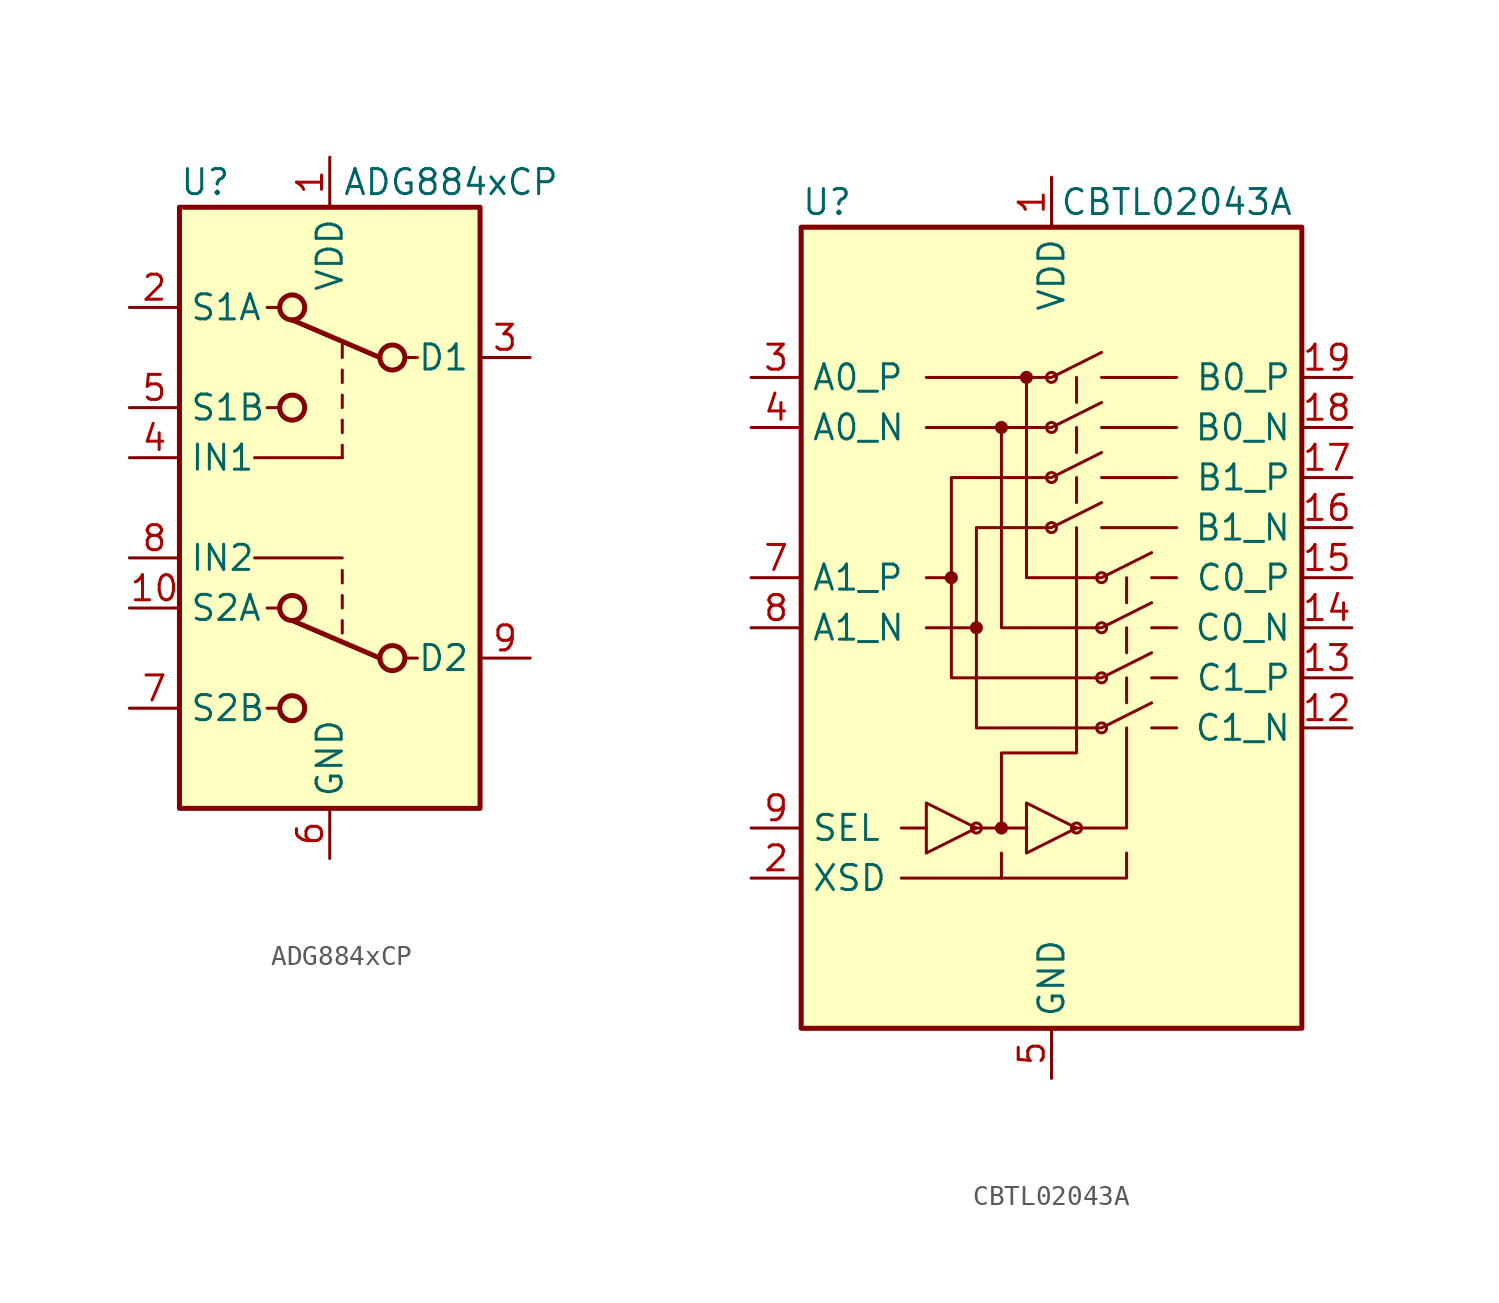
<source format=kicad_sym>
(kicad_symbol_lib
  (version 20220914)
  (generator kicad_symbol_editor)
  (symbol "ADG884xCP"
    (property "Reference" "U"
      (at -7.62 16.51 0)
      (effects (font (size 1.27 1.27)) (justify left)))
    (property "Value" "ADG884xCP"
      (at 0.635 16.51 0)
      (effects (font (size 1.27 1.27)) (justify left)))
    (symbol "ADG884xCP_0_1"
      (rectangle (start -7.62 15.24) (end 7.62 -15.24) (stroke (width 0.254) (type default)) (fill (type background)))
      (circle (center -1.905 -10.16) (radius 0.635) (stroke (width 0.254) (type default)) (fill (type none)))
      (circle (center -1.905 -5.08) (radius 0.635) (stroke (width 0.254) (type default)) (fill (type none)))
      (circle (center -1.905 5.08) (radius 0.635) (stroke (width 0.254) (type default)) (fill (type none)))
      (circle (center -1.905 10.16) (radius 0.635) (stroke (width 0.254) (type default)) (fill (type none)))
      (polyline (pts (xy -3.81 -2.54) (xy 0.635 -2.54)) (stroke (width 0) (type default)) (fill (type none)))
      (polyline (pts (xy -3.81 2.54) (xy 0.635 2.54)) (stroke (width 0) (type default)) (fill (type none)))
      (polyline (pts (xy -3.175 -10.16) (xy -2.54 -10.16)) (stroke (width 0) (type default)) (fill (type none)))
      (polyline (pts (xy -3.175 -5.08) (xy -2.54 -5.08)) (stroke (width 0) (type default)) (fill (type none)))
      (polyline (pts (xy -3.175 5.08) (xy -2.54 5.08)) (stroke (width 0) (type default)) (fill (type none)))
      (polyline (pts (xy -3.175 10.16) (xy -2.54 10.16)) (stroke (width 0) (type default)) (fill (type none)))
      (polyline (pts (xy -1.905 9.525) (xy 2.54 7.62)) (stroke (width 0.254) (type default)) (fill (type none)))
      (polyline (pts (xy 0.635 -5.715) (xy 0.635 -6.35)) (stroke (width 0) (type default)) (fill (type none)))
      (polyline (pts (xy 0.635 -4.445) (xy 0.635 -5.08)) (stroke (width 0) (type default)) (fill (type none)))
      (polyline (pts (xy 0.635 -3.175) (xy 0.635 -3.81)) (stroke (width 0) (type default)) (fill (type none)))
      (polyline (pts (xy 0.635 3.175) (xy 0.635 2.54)) (stroke (width 0) (type default)) (fill (type none)))
      (polyline (pts (xy 0.635 4.445) (xy 0.635 3.81)) (stroke (width 0) (type default)) (fill (type none)))
      (polyline (pts (xy 0.635 5.715) (xy 0.635 5.08)) (stroke (width 0) (type default)) (fill (type none)))
      (polyline (pts (xy 0.635 6.985) (xy 0.635 6.35)) (stroke (width 0) (type default)) (fill (type none)))
      (polyline (pts (xy 0.635 8.255) (xy 0.635 7.62)) (stroke (width 0) (type default)) (fill (type none)))
      (polyline (pts (xy 2.54 -7.62) (xy -1.905 -5.715)) (stroke (width 0.254) (type default)) (fill (type none)))
      (polyline (pts (xy 4.445 -7.62) (xy 3.81 -7.62)) (stroke (width 0) (type default)) (fill (type none)))
      (polyline (pts (xy 4.445 7.62) (xy 3.81 7.62)) (stroke (width 0) (type default)) (fill (type none)))
      (circle (center 3.175 -7.62) (radius 0.635) (stroke (width 0.254) (type default)) (fill (type none)))
      (circle (center 3.175 7.62) (radius 0.635) (stroke (width 0.254) (type default)) (fill (type none))))
    (symbol "ADG884xCP_1_1"
      (pin power_in line (at 0 17.78 270) (length 2.54) (name "VDD" (effects (font (size 1.27 1.27)))) (number "1" (effects (font (size 1.27 1.27)))))
      (pin bidirectional line (at -10.16 -5.08 0) (length 2.54) (name "S2A" (effects (font (size 1.27 1.27)))) (number "10" (effects (font (size 1.27 1.27)))))
      (pin passive line (at 0 -17.78 90) (length 2.54) hide (name "GND" (effects (font (size 1.27 1.27)))) (number "11" (effects (font (size 1.27 1.27)))))
      (pin bidirectional line (at -10.16 10.16 0) (length 2.54) (name "S1A" (effects (font (size 1.27 1.27)))) (number "2" (effects (font (size 1.27 1.27)))))
      (pin bidirectional line (at 10.16 7.62 180) (length 2.54) (name "D1" (effects (font (size 1.27 1.27)))) (number "3" (effects (font (size 1.27 1.27)))))
      (pin input line (at -10.16 2.54 0) (length 2.54) (name "IN1" (effects (font (size 1.27 1.27)))) (number "4" (effects (font (size 1.27 1.27)))))
      (pin bidirectional line (at -10.16 5.08 0) (length 2.54) (name "S1B" (effects (font (size 1.27 1.27)))) (number "5" (effects (font (size 1.27 1.27)))))
      (pin power_in line (at 0 -17.78 90) (length 2.54) (name "GND" (effects (font (size 1.27 1.27)))) (number "6" (effects (font (size 1.27 1.27)))))
      (pin bidirectional line (at -10.16 -10.16 0) (length 2.54) (name "S2B" (effects (font (size 1.27 1.27)))) (number "7" (effects (font (size 1.27 1.27)))))
      (pin input line (at -10.16 -2.54 0) (length 2.54) (name "IN2" (effects (font (size 1.27 1.27)))) (number "8" (effects (font (size 1.27 1.27)))))
      (pin bidirectional line (at 10.16 -7.62 180) (length 2.54) (name "D2" (effects (font (size 1.27 1.27)))) (number "9" (effects (font (size 1.27 1.27)))))))
  (symbol "CBTL02043A"
    (property "Reference" "U"
      (at -12.7 21.59 0)
      (effects (font (size 1.27 1.27)) (justify left)))
    (property "Value" "CBTL02043A"
      (at 6.35 21.59 0)
      (effects (font (size 1.27 1.27))))
    (symbol "CBTL02043A_0_1"
      (rectangle (start -12.7 20.32) (end 12.7 -20.32) (stroke (width 0.254) (type default)) (fill (type background)))
      (circle (center -5.08 2.54) (radius 0.254) (stroke (width 0) (type default)) (fill (type outline)))
      (circle (center -3.81 0) (radius 0.254) (stroke (width 0) (type default)) (fill (type outline)))
      (circle (center -2.54 10.16) (radius 0.254) (stroke (width 0) (type default)) (fill (type outline)))
      (circle (center -1.27 12.7) (radius 0.254) (stroke (width 0) (type default)) (fill (type outline)))
      (polyline (pts (xy -7.62 -10.16) (xy -6.35 -10.16)) (stroke (width 0) (type default)) (fill (type none)))
      (polyline (pts (xy -7.62 -12.7) (xy -2.54 -12.7) (xy -2.54 -11.43)) (stroke (width 0) (type default)) (fill (type none)))
      (polyline (pts (xy -2.54 -12.7) (xy 3.81 -12.7) (xy 3.81 -11.43)) (stroke (width 0) (type default)) (fill (type none)))
      (polyline (pts (xy 1.27 -10.16) (xy -1.27 -8.89) (xy -1.27 -11.43) (xy 1.27 -10.16)) (stroke (width 0) (type default)) (fill (type none)))
      (polyline (pts (xy 5.08 -3.81) (xy 2.54 -5.08) (xy -3.81 -5.08) (xy -3.81 0)) (stroke (width 0) (type default)) (fill (type none)))
      (polyline (pts (xy 5.08 -1.27) (xy 2.54 -2.54) (xy -5.08 -2.54) (xy -5.08 2.54)) (stroke (width 0) (type default)) (fill (type none)))
      (polyline (pts (xy 5.08 1.27) (xy 2.54 0) (xy -2.54 0) (xy -2.54 10.16)) (stroke (width 0) (type default)) (fill (type none)))
      (polyline (pts (xy 5.08 3.81) (xy 2.54 2.54) (xy -1.27 2.54) (xy -1.27 12.7)) (stroke (width 0) (type default)) (fill (type none))))
    (symbol "CBTL02043A_1_1"
      (circle (center -3.81 -10.16) (radius 0.254) (stroke (width 0) (type default)) (fill (type none)))
      (circle (center -2.54 -10.16) (radius 0.254) (stroke (width 0) (type default)) (fill (type outline)))
      (polyline (pts (xy -2.54 -10.16) (xy -1.27 -10.16)) (stroke (width 0) (type default)) (fill (type none)))
      (polyline (pts (xy 1.27 5.08) (xy 1.27 3.81)) (stroke (width 0) (type default)) (fill (type none)))
      (polyline (pts (xy 1.27 7.62) (xy 1.27 6.35)) (stroke (width 0) (type default)) (fill (type none)))
      (polyline (pts (xy 1.27 10.16) (xy 1.27 8.89)) (stroke (width 0) (type default)) (fill (type none)))
      (polyline (pts (xy 1.27 12.7) (xy 1.27 11.43)) (stroke (width 0) (type default)) (fill (type none)))
      (polyline (pts (xy 3.81 -3.81) (xy 3.81 -2.54)) (stroke (width 0) (type default)) (fill (type none)))
      (polyline (pts (xy 3.81 -1.27) (xy 3.81 0)) (stroke (width 0) (type default)) (fill (type none)))
      (polyline (pts (xy 3.81 1.27) (xy 3.81 2.54)) (stroke (width 0) (type default)) (fill (type none)))
      (polyline (pts (xy 6.35 -5.08) (xy 5.08 -5.08)) (stroke (width 0) (type default)) (fill (type none)))
      (polyline (pts (xy 6.35 -2.54) (xy 5.08 -2.54)) (stroke (width 0) (type default)) (fill (type none)))
      (polyline (pts (xy 6.35 0) (xy 5.08 0)) (stroke (width 0) (type default)) (fill (type none)))
      (polyline (pts (xy 6.35 2.54) (xy 5.08 2.54)) (stroke (width 0) (type default)) (fill (type none)))
      (polyline (pts (xy 6.35 5.08) (xy 2.54 5.08)) (stroke (width 0) (type default)) (fill (type none)))
      (polyline (pts (xy 6.35 7.62) (xy 2.54 7.62)) (stroke (width 0) (type default)) (fill (type none)))
      (polyline (pts (xy 6.35 10.16) (xy 2.54 10.16)) (stroke (width 0) (type default)) (fill (type none)))
      (polyline (pts (xy 6.35 12.7) (xy 2.54 12.7)) (stroke (width 0) (type default)) (fill (type none)))
      (polyline (pts (xy -6.35 10.16) (xy 0 10.16) (xy 2.54 11.43)) (stroke (width 0) (type default)) (fill (type none)))
      (polyline (pts (xy -6.35 12.7) (xy 0 12.7) (xy 2.54 13.97)) (stroke (width 0) (type default)) (fill (type none)))
      (polyline (pts (xy 1.27 -10.16) (xy 3.81 -10.16) (xy 3.81 -5.08)) (stroke (width 0) (type default)) (fill (type none)))
      (polyline (pts (xy -3.81 -10.16) (xy -6.35 -8.89) (xy -6.35 -11.43) (xy -3.81 -10.16)) (stroke (width 0) (type default)) (fill (type none)))
      (polyline (pts (xy -6.35 0) (xy -3.81 0) (xy -3.81 5.08) (xy 0 5.08) (xy 2.54 6.35)) (stroke (width 0) (type default)) (fill (type none)))
      (polyline (pts (xy -6.35 2.54) (xy -5.08 2.54) (xy -5.08 7.62) (xy 0 7.62) (xy 2.54 8.89)) (stroke (width 0) (type default)) (fill (type none)))
      (polyline (pts (xy 1.27 3.81) (xy 1.27 -6.35) (xy -2.54 -6.35) (xy -2.54 -10.16) (xy -3.81 -10.16)) (stroke (width 0) (type default)) (fill (type none)))
      (circle (center 0 5.08) (radius 0.254) (stroke (width 0) (type default)) (fill (type none)))
      (circle (center 0 7.62) (radius 0.254) (stroke (width 0) (type default)) (fill (type none)))
      (circle (center 0 10.16) (radius 0.254) (stroke (width 0) (type default)) (fill (type none)))
      (circle (center 0 12.7) (radius 0.254) (stroke (width 0) (type default)) (fill (type none)))
      (circle (center 1.27 -10.16) (radius 0.254) (stroke (width 0) (type default)) (fill (type none)))
      (circle (center 2.54 -5.08) (radius 0.254) (stroke (width 0) (type default)) (fill (type none)))
      (circle (center 2.54 -2.54) (radius 0.254) (stroke (width 0) (type default)) (fill (type none)))
      (circle (center 2.54 0) (radius 0.254) (stroke (width 0) (type default)) (fill (type none)))
      (circle (center 2.54 2.54) (radius 0.254) (stroke (width 0) (type default)) (fill (type none)))
      (pin power_in line (at 0 22.86 270) (length 2.54) (name "VDD" (effects (font (size 1.27 1.27)))) (number "1" (effects (font (size 1.27 1.27)))))
      (pin passive line (at 0 22.86 270) (length 2.54) hide (name "VDD" (effects (font (size 1.27 1.27)))) (number "10" (effects (font (size 1.27 1.27)))))
      (pin passive line (at 0 -22.86 90) (length 2.54) hide (name "GND" (effects (font (size 1.27 1.27)))) (number "11" (effects (font (size 1.27 1.27)))))
      (pin passive line (at 15.24 -5.08 180) (length 2.54) (name "C1_N" (effects (font (size 1.27 1.27)))) (number "12" (effects (font (size 1.27 1.27)))))
      (pin passive line (at 15.24 -2.54 180) (length 2.54) (name "C1_P" (effects (font (size 1.27 1.27)))) (number "13" (effects (font (size 1.27 1.27)))))
      (pin passive line (at 15.24 0 180) (length 2.54) (name "C0_N" (effects (font (size 1.27 1.27)))) (number "14" (effects (font (size 1.27 1.27)))))
      (pin passive line (at 15.24 2.54 180) (length 2.54) (name "C0_P" (effects (font (size 1.27 1.27)))) (number "15" (effects (font (size 1.27 1.27)))))
      (pin passive line (at 15.24 5.08 180) (length 2.54) (name "B1_N" (effects (font (size 1.27 1.27)))) (number "16" (effects (font (size 1.27 1.27)))))
      (pin passive line (at 15.24 7.62 180) (length 2.54) (name "B1_P" (effects (font (size 1.27 1.27)))) (number "17" (effects (font (size 1.27 1.27)))))
      (pin passive line (at 15.24 10.16 180) (length 2.54) (name "B0_N" (effects (font (size 1.27 1.27)))) (number "18" (effects (font (size 1.27 1.27)))))
      (pin passive line (at 15.24 12.7 180) (length 2.54) (name "B0_P" (effects (font (size 1.27 1.27)))) (number "19" (effects (font (size 1.27 1.27)))))
      (pin input line (at -15.24 -12.7 0) (length 2.54) (name "XSD" (effects (font (size 1.27 1.27)))) (number "2" (effects (font (size 1.27 1.27)))))
      (pin passive line (at 0 -22.86 90) (length 2.54) hide (name "GND" (effects (font (size 1.27 1.27)))) (number "20" (effects (font (size 1.27 1.27)))))
      (pin passive line (at 0 -22.86 90) (length 2.54) hide (name "GND" (effects (font (size 1.27 1.27)))) (number "21" (effects (font (size 1.27 1.27)))))
      (pin passive line (at -15.24 12.7 0) (length 2.54) (name "A0_P" (effects (font (size 1.27 1.27)))) (number "3" (effects (font (size 1.27 1.27)))))
      (pin passive line (at -15.24 10.16 0) (length 2.54) (name "A0_N" (effects (font (size 1.27 1.27)))) (number "4" (effects (font (size 1.27 1.27)))))
      (pin power_in line (at 0 -22.86 90) (length 2.54) (name "GND" (effects (font (size 1.27 1.27)))) (number "5" (effects (font (size 1.27 1.27)))))
      (pin passive line (at 0 22.86 270) (length 2.54) hide (name "VDD" (effects (font (size 1.27 1.27)))) (number "6" (effects (font (size 1.27 1.27)))))
      (pin passive line (at -15.24 2.54 0) (length 2.54) (name "A1_P" (effects (font (size 1.27 1.27)))) (number "7" (effects (font (size 1.27 1.27)))))
      (pin passive line (at -15.24 0 0) (length 2.54) (name "A1_N" (effects (font (size 1.27 1.27)))) (number "8" (effects (font (size 1.27 1.27)))))
      (pin input line (at -15.24 -10.16 0) (length 2.54) (name "SEL" (effects (font (size 1.27 1.27)))) (number "9" (effects (font (size 1.27 1.27))))))))
</source>
